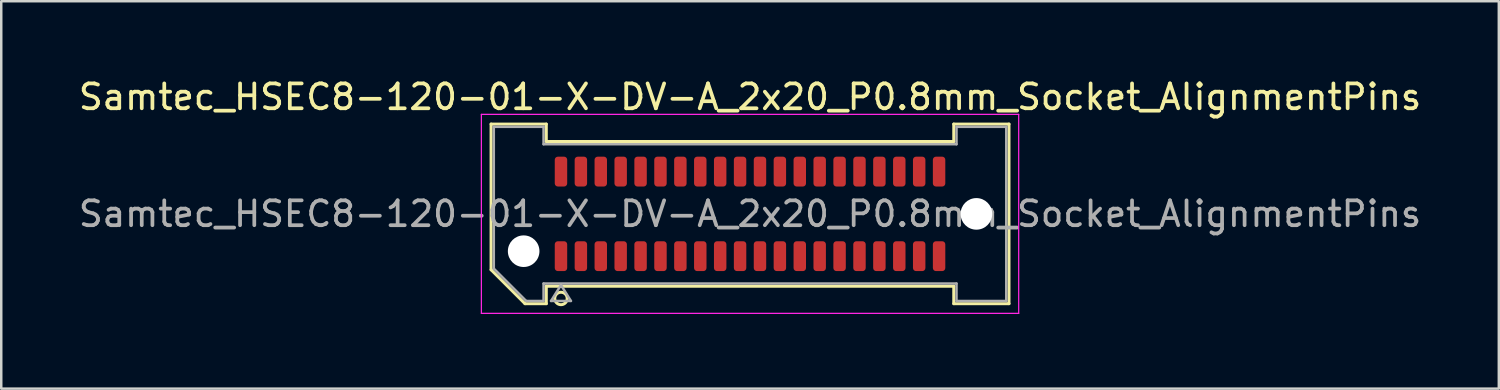
<source format=kicad_pcb>
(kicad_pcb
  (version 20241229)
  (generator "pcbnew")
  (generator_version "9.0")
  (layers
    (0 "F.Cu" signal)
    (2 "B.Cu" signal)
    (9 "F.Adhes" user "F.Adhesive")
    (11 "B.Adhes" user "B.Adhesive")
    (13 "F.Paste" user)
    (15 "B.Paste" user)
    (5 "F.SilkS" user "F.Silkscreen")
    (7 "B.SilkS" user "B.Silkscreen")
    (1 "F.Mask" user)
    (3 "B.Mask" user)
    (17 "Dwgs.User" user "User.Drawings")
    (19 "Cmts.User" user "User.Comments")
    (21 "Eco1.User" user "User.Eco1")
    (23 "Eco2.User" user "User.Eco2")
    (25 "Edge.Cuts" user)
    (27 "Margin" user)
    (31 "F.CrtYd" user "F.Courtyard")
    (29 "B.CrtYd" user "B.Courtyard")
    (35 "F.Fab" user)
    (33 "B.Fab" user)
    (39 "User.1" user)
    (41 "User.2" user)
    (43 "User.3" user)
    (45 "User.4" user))
  (footprint "Samtec_HSEC8-120-01-X-DV-A_2x20_P0.8mm_Socket_AlignmentPins"
    (layer "F.Cu")
    (at 27.101 5.548)
    (property "Reference" "Samtec_HSEC8-120-01-X-DV-A_2x20_P0.8mm_Socket_AlignmentPins" (at 0 -4.7 0) (layer "F.SilkS") (effects (font (size 1 1) (thickness 0.15))))
    (attr smd)
    (fp_line (start -10.41 -3.61) (end -8.19 -3.61) (stroke (width 0.12) (type solid)) (layer "F.SilkS"))
    (fp_line (start -10.41 2.246) (end -10.41 -3.61) (stroke (width 0.12) (type solid)) (layer "F.SilkS"))
    (fp_line (start -9.046 3.61) (end -10.41 2.246) (stroke (width 0.12) (type solid)) (layer "F.SilkS"))
    (fp_line (start -8.19 -3.61) (end -8.19 -2.91) (stroke (width 0.12) (type solid)) (layer "F.SilkS"))
    (fp_line (start -8.19 -2.91) (end 8.19 -2.91) (stroke (width 0.12) (type solid)) (layer "F.SilkS"))
    (fp_line (start -8.19 2.91) (end -8.19 3.61) (stroke (width 0.12) (type solid)) (layer "F.SilkS"))
    (fp_line (start -8.19 3.61) (end -9.046 3.61) (stroke (width 0.12) (type solid)) (layer "F.SilkS"))
    (fp_line (start 8.19 -3.61) (end 10.41 -3.61) (stroke (width 0.12) (type solid)) (layer "F.SilkS"))
    (fp_line (start 8.19 -2.91) (end 8.19 -3.61) (stroke (width 0.12) (type solid)) (layer "F.SilkS"))
    (fp_line (start 8.19 2.91) (end -8.19 2.91) (stroke (width 0.12) (type solid)) (layer "F.SilkS"))
    (fp_line (start 8.19 3.61) (end 8.19 2.91) (stroke (width 0.12) (type solid)) (layer "F.SilkS"))
    (fp_line (start 10.41 -3.61) (end 10.41 3.61) (stroke (width 0.12) (type solid)) (layer "F.SilkS"))
    (fp_line (start 10.41 3.61) (end 8.19 3.61) (stroke (width 0.12) (type solid)) (layer "F.SilkS"))
    (fp_circle (center -7.6 3.4) (end -7.35 3.4) (stroke (width 0.12) (type solid)) (fill no) (layer "F.SilkS"))
    (fp_line (start -10.8 -4) (end -10.8 4) (stroke (width 0.05) (type solid)) (layer "F.CrtYd"))
    (fp_line (start -10.8 4) (end 10.8 4) (stroke (width 0.05) (type solid)) (layer "F.CrtYd"))
    (fp_line (start 10.8 -4) (end -10.8 -4) (stroke (width 0.05) (type solid)) (layer "F.CrtYd"))
    (fp_line (start 10.8 4) (end 10.8 -4) (stroke (width 0.05) (type solid)) (layer "F.CrtYd"))
    (fp_line (start -10.3 -3.5) (end -8.3 -3.5) (stroke (width 0.1) (type solid)) (layer "F.Fab"))
    (fp_line (start -10.3 2.2) (end -10.3 -3.5) (stroke (width 0.1) (type solid)) (layer "F.Fab"))
    (fp_line (start -9 3.5) (end -10.3 2.2) (stroke (width 0.1) (type solid)) (layer "F.Fab"))
    (fp_line (start -8.3 -3.5) (end -8.3 -2.8) (stroke (width 0.1) (type solid)) (layer "F.Fab"))
    (fp_line (start -8.3 -2.8) (end 8.3 -2.8) (stroke (width 0.1) (type solid)) (layer "F.Fab"))
    (fp_line (start -8.3 2.8) (end -8.3 3.5) (stroke (width 0.1) (type solid)) (layer "F.Fab"))
    (fp_line (start -8.3 3.5) (end -9 3.5) (stroke (width 0.1) (type solid)) (layer "F.Fab"))
    (fp_line (start -8 3.5) (end -7.6 2.86) (stroke (width 0.1) (type solid)) (layer "F.Fab"))
    (fp_line (start -7.6 2.86) (end -7.2 3.5) (stroke (width 0.1) (type solid)) (layer "F.Fab"))
    (fp_line (start -7.2 3.5) (end -8 3.5) (stroke (width 0.1) (type solid)) (layer "F.Fab"))
    (fp_line (start 8.3 -3.5) (end 10.3 -3.5) (stroke (width 0.1) (type solid)) (layer "F.Fab"))
    (fp_line (start 8.3 -2.8) (end 8.3 -3.5) (stroke (width 0.1) (type solid)) (layer "F.Fab"))
    (fp_line (start 8.3 2.8) (end -8.3 2.8) (stroke (width 0.1) (type solid)) (layer "F.Fab"))
    (fp_line (start 8.3 3.5) (end 8.3 2.8) (stroke (width 0.1) (type solid)) (layer "F.Fab"))
    (fp_line (start 10.3 -3.5) (end 10.3 3.5) (stroke (width 0.1) (type solid)) (layer "F.Fab"))
    (fp_line (start 10.3 3.5) (end 8.3 3.5) (stroke (width 0.1) (type solid)) (layer "F.Fab"))
    (fp_text user "${REFERENCE}" (at 0 0 0) (layer "F.Fab") (effects (font (size 1 1) (thickness 0.15))))
    (pad "" np_thru_hole circle (at -9.1 1.5) (size 1.27 1.27) (drill 1.27) (layers "*.Cu" "*.Mask"))
    (pad "" np_thru_hole circle (at 9.1 0) (size 1.27 1.27) (drill 1.27) (layers "*.Cu" "*.Mask"))
    (pad "1" smd roundrect (at -7.6 1.7) (size 0.5 1.2) (layers "F.Cu" "F.Mask" "F.Paste") (roundrect_rratio 0.25))
    (pad "2" smd roundrect (at -7.6 -1.7) (size 0.5 1.2) (layers "F.Cu" "F.Mask" "F.Paste") (roundrect_rratio 0.25))
    (pad "3" smd roundrect (at -6.8 1.7) (size 0.5 1.2) (layers "F.Cu" "F.Mask" "F.Paste") (roundrect_rratio 0.25))
    (pad "4" smd roundrect (at -6.8 -1.7) (size 0.5 1.2) (layers "F.Cu" "F.Mask" "F.Paste") (roundrect_rratio 0.25))
    (pad "5" smd roundrect (at -6 1.7) (size 0.5 1.2) (layers "F.Cu" "F.Mask" "F.Paste") (roundrect_rratio 0.25))
    (pad "6" smd roundrect (at -6 -1.7) (size 0.5 1.2) (layers "F.Cu" "F.Mask" "F.Paste") (roundrect_rratio 0.25))
    (pad "7" smd roundrect (at -5.2 1.7) (size 0.5 1.2) (layers "F.Cu" "F.Mask" "F.Paste") (roundrect_rratio 0.25))
    (pad "8" smd roundrect (at -5.2 -1.7) (size 0.5 1.2) (layers "F.Cu" "F.Mask" "F.Paste") (roundrect_rratio 0.25))
    (pad "9" smd roundrect (at -4.4 1.7) (size 0.5 1.2) (layers "F.Cu" "F.Mask" "F.Paste") (roundrect_rratio 0.25))
    (pad "10" smd roundrect (at -4.4 -1.7) (size 0.5 1.2) (layers "F.Cu" "F.Mask" "F.Paste") (roundrect_rratio 0.25))
    (pad "11" smd roundrect (at -3.6 1.7) (size 0.5 1.2) (layers "F.Cu" "F.Mask" "F.Paste") (roundrect_rratio 0.25))
    (pad "12" smd roundrect (at -3.6 -1.7) (size 0.5 1.2) (layers "F.Cu" "F.Mask" "F.Paste") (roundrect_rratio 0.25))
    (pad "13" smd roundrect (at -2.8 1.7) (size 0.5 1.2) (layers "F.Cu" "F.Mask" "F.Paste") (roundrect_rratio 0.25))
    (pad "14" smd roundrect (at -2.8 -1.7) (size 0.5 1.2) (layers "F.Cu" "F.Mask" "F.Paste") (roundrect_rratio 0.25))
    (pad "15" smd roundrect (at -2 1.7) (size 0.5 1.2) (layers "F.Cu" "F.Mask" "F.Paste") (roundrect_rratio 0.25))
    (pad "16" smd roundrect (at -2 -1.7) (size 0.5 1.2) (layers "F.Cu" "F.Mask" "F.Paste") (roundrect_rratio 0.25))
    (pad "17" smd roundrect (at -1.2 1.7) (size 0.5 1.2) (layers "F.Cu" "F.Mask" "F.Paste") (roundrect_rratio 0.25))
    (pad "18" smd roundrect (at -1.2 -1.7) (size 0.5 1.2) (layers "F.Cu" "F.Mask" "F.Paste") (roundrect_rratio 0.25))
    (pad "19" smd roundrect (at -0.4 1.7) (size 0.5 1.2) (layers "F.Cu" "F.Mask" "F.Paste") (roundrect_rratio 0.25))
    (pad "20" smd roundrect (at -0.4 -1.7) (size 0.5 1.2) (layers "F.Cu" "F.Mask" "F.Paste") (roundrect_rratio 0.25))
    (pad "21" smd roundrect (at 0.4 1.7) (size 0.5 1.2) (layers "F.Cu" "F.Mask" "F.Paste") (roundrect_rratio 0.25))
    (pad "22" smd roundrect (at 0.4 -1.7) (size 0.5 1.2) (layers "F.Cu" "F.Mask" "F.Paste") (roundrect_rratio 0.25))
    (pad "23" smd roundrect (at 1.2 1.7) (size 0.5 1.2) (layers "F.Cu" "F.Mask" "F.Paste") (roundrect_rratio 0.25))
    (pad "24" smd roundrect (at 1.2 -1.7) (size 0.5 1.2) (layers "F.Cu" "F.Mask" "F.Paste") (roundrect_rratio 0.25))
    (pad "25" smd roundrect (at 2 1.7) (size 0.5 1.2) (layers "F.Cu" "F.Mask" "F.Paste") (roundrect_rratio 0.25))
    (pad "26" smd roundrect (at 2 -1.7) (size 0.5 1.2) (layers "F.Cu" "F.Mask" "F.Paste") (roundrect_rratio 0.25))
    (pad "27" smd roundrect (at 2.8 1.7) (size 0.5 1.2) (layers "F.Cu" "F.Mask" "F.Paste") (roundrect_rratio 0.25))
    (pad "28" smd roundrect (at 2.8 -1.7) (size 0.5 1.2) (layers "F.Cu" "F.Mask" "F.Paste") (roundrect_rratio 0.25))
    (pad "29" smd roundrect (at 3.6 1.7) (size 0.5 1.2) (layers "F.Cu" "F.Mask" "F.Paste") (roundrect_rratio 0.25))
    (pad "30" smd roundrect (at 3.6 -1.7) (size 0.5 1.2) (layers "F.Cu" "F.Mask" "F.Paste") (roundrect_rratio 0.25))
    (pad "31" smd roundrect (at 4.4 1.7) (size 0.5 1.2) (layers "F.Cu" "F.Mask" "F.Paste") (roundrect_rratio 0.25))
    (pad "32" smd roundrect (at 4.4 -1.7) (size 0.5 1.2) (layers "F.Cu" "F.Mask" "F.Paste") (roundrect_rratio 0.25))
    (pad "33" smd roundrect (at 5.2 1.7) (size 0.5 1.2) (layers "F.Cu" "F.Mask" "F.Paste") (roundrect_rratio 0.25))
    (pad "34" smd roundrect (at 5.2 -1.7) (size 0.5 1.2) (layers "F.Cu" "F.Mask" "F.Paste") (roundrect_rratio 0.25))
    (pad "35" smd roundrect (at 6 1.7) (size 0.5 1.2) (layers "F.Cu" "F.Mask" "F.Paste") (roundrect_rratio 0.25))
    (pad "36" smd roundrect (at 6 -1.7) (size 0.5 1.2) (layers "F.Cu" "F.Mask" "F.Paste") (roundrect_rratio 0.25))
    (pad "37" smd roundrect (at 6.8 1.7) (size 0.5 1.2) (layers "F.Cu" "F.Mask" "F.Paste") (roundrect_rratio 0.25))
    (pad "38" smd roundrect (at 6.8 -1.7) (size 0.5 1.2) (layers "F.Cu" "F.Mask" "F.Paste") (roundrect_rratio 0.25))
    (pad "39" smd roundrect (at 7.6 1.7) (size 0.5 1.2) (layers "F.Cu" "F.Mask" "F.Paste") (roundrect_rratio 0.25))
    (pad "40" smd roundrect (at 7.6 -1.7) (size 0.5 1.2) (layers "F.Cu" "F.Mask" "F.Paste") (roundrect_rratio 0.25)))
  (gr_rect
    (start -3 -3)
    (end 57.202 12.573)
    (stroke (width 0.1) (type default))
    (fill no)
    (layer "Edge.Cuts")))
</source>
